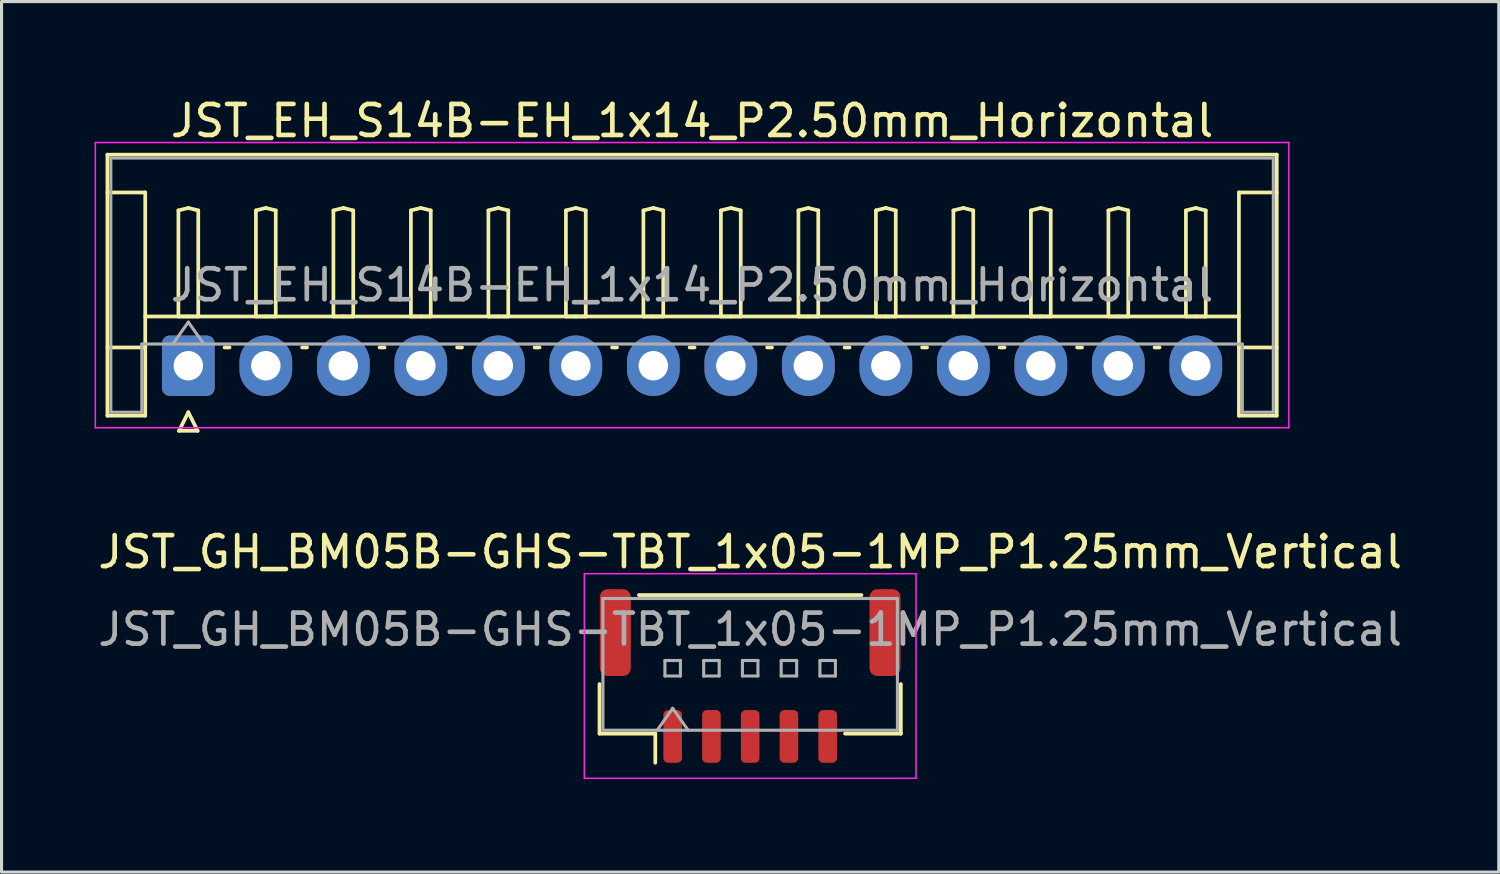
<source format=kicad_pcb>
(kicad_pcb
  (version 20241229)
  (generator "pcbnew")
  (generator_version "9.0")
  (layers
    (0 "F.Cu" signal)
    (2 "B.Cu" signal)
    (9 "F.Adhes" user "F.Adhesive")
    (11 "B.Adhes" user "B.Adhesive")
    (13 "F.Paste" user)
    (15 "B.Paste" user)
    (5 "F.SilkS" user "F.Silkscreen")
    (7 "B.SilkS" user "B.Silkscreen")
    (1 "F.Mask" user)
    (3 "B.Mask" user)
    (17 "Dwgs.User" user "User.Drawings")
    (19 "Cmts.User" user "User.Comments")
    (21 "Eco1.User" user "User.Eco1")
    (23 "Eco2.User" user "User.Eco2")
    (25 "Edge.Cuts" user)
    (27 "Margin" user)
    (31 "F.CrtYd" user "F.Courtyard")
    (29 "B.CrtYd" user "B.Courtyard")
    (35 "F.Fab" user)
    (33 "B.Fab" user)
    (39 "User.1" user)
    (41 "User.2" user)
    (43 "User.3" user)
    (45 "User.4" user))
  (footprint "JST_EH_S14B-EH_1x14_P2.50mm_Horizontal"
    (layer "F.Cu")
    (at 3.025 8.748)
    (property "Reference" "JST_EH_S14B-EH_1x14_P2.50mm_Horizontal" (at 16.25 -7.9 0) (layer "F.SilkS") (effects (font (size 1 1) (thickness 0.15))))
    (attr through_hole)
    (fp_line (start -2.61 -6.81) (end 35.11 -6.81) (stroke (width 0.12) (type solid)) (layer "F.SilkS"))
    (fp_line (start -2.61 -5.59) (end -1.39 -5.59) (stroke (width 0.12) (type solid)) (layer "F.SilkS"))
    (fp_line (start -2.61 1.61) (end -2.61 -6.81) (stroke (width 0.12) (type solid)) (layer "F.SilkS"))
    (fp_line (start -1.39 -5.59) (end -1.39 -0.59) (stroke (width 0.12) (type solid)) (layer "F.SilkS"))
    (fp_line (start -1.39 -1.59) (end 33.89 -1.59) (stroke (width 0.12) (type solid)) (layer "F.SilkS"))
    (fp_line (start -1.39 -0.59) (end -2.61 -0.59) (stroke (width 0.12) (type solid)) (layer "F.SilkS"))
    (fp_line (start -1.39 -0.59) (end -1.39 1.61) (stroke (width 0.12) (type solid)) (layer "F.SilkS"))
    (fp_line (start -1.39 1.61) (end -2.61 1.61) (stroke (width 0.12) (type solid)) (layer "F.SilkS"))
    (fp_line (start -0.32 -5.01) (end 0 -5.09) (stroke (width 0.12) (type solid)) (layer "F.SilkS"))
    (fp_line (start -0.32 -1.59) (end -0.32 -5.01) (stroke (width 0.12) (type solid)) (layer "F.SilkS"))
    (fp_line (start -0.3 2.1) (end 0.3 2.1) (stroke (width 0.12) (type solid)) (layer "F.SilkS"))
    (fp_line (start 0 -5.09) (end 0.32 -5.01) (stroke (width 0.12) (type solid)) (layer "F.SilkS"))
    (fp_line (start 0 -1.59) (end -0.32 -1.59) (stroke (width 0.12) (type solid)) (layer "F.SilkS"))
    (fp_line (start 0 1.5) (end -0.3 2.1) (stroke (width 0.12) (type solid)) (layer "F.SilkS"))
    (fp_line (start 0.3 2.1) (end 0 1.5) (stroke (width 0.12) (type solid)) (layer "F.SilkS"))
    (fp_line (start 0.32 -5.01) (end 0.32 -1.59) (stroke (width 0.12) (type solid)) (layer "F.SilkS"))
    (fp_line (start 0.32 -1.59) (end 0 -1.59) (stroke (width 0.12) (type solid)) (layer "F.SilkS"))
    (fp_line (start 1.17 -0.59) (end 1.33 -0.59) (stroke (width 0.12) (type solid)) (layer "F.SilkS"))
    (fp_line (start 2.18 -5.01) (end 2.5 -5.09) (stroke (width 0.12) (type solid)) (layer "F.SilkS"))
    (fp_line (start 2.18 -1.59) (end 2.18 -5.01) (stroke (width 0.12) (type solid)) (layer "F.SilkS"))
    (fp_line (start 2.5 -5.09) (end 2.82 -5.01) (stroke (width 0.12) (type solid)) (layer "F.SilkS"))
    (fp_line (start 2.5 -1.59) (end 2.18 -1.59) (stroke (width 0.12) (type solid)) (layer "F.SilkS"))
    (fp_line (start 2.82 -5.01) (end 2.82 -1.59) (stroke (width 0.12) (type solid)) (layer "F.SilkS"))
    (fp_line (start 2.82 -1.59) (end 2.5 -1.59) (stroke (width 0.12) (type solid)) (layer "F.SilkS"))
    (fp_line (start 3.67 -0.59) (end 3.83 -0.59) (stroke (width 0.12) (type solid)) (layer "F.SilkS"))
    (fp_line (start 4.68 -5.01) (end 5 -5.09) (stroke (width 0.12) (type solid)) (layer "F.SilkS"))
    (fp_line (start 4.68 -1.59) (end 4.68 -5.01) (stroke (width 0.12) (type solid)) (layer "F.SilkS"))
    (fp_line (start 5 -5.09) (end 5.32 -5.01) (stroke (width 0.12) (type solid)) (layer "F.SilkS"))
    (fp_line (start 5 -1.59) (end 4.68 -1.59) (stroke (width 0.12) (type solid)) (layer "F.SilkS"))
    (fp_line (start 5.32 -5.01) (end 5.32 -1.59) (stroke (width 0.12) (type solid)) (layer "F.SilkS"))
    (fp_line (start 5.32 -1.59) (end 5 -1.59) (stroke (width 0.12) (type solid)) (layer "F.SilkS"))
    (fp_line (start 6.17 -0.59) (end 6.33 -0.59) (stroke (width 0.12) (type solid)) (layer "F.SilkS"))
    (fp_line (start 7.18 -5.01) (end 7.5 -5.09) (stroke (width 0.12) (type solid)) (layer "F.SilkS"))
    (fp_line (start 7.18 -1.59) (end 7.18 -5.01) (stroke (width 0.12) (type solid)) (layer "F.SilkS"))
    (fp_line (start 7.5 -5.09) (end 7.82 -5.01) (stroke (width 0.12) (type solid)) (layer "F.SilkS"))
    (fp_line (start 7.5 -1.59) (end 7.18 -1.59) (stroke (width 0.12) (type solid)) (layer "F.SilkS"))
    (fp_line (start 7.82 -5.01) (end 7.82 -1.59) (stroke (width 0.12) (type solid)) (layer "F.SilkS"))
    (fp_line (start 7.82 -1.59) (end 7.5 -1.59) (stroke (width 0.12) (type solid)) (layer "F.SilkS"))
    (fp_line (start 8.67 -0.59) (end 8.83 -0.59) (stroke (width 0.12) (type solid)) (layer "F.SilkS"))
    (fp_line (start 9.68 -5.01) (end 10 -5.09) (stroke (width 0.12) (type solid)) (layer "F.SilkS"))
    (fp_line (start 9.68 -1.59) (end 9.68 -5.01) (stroke (width 0.12) (type solid)) (layer "F.SilkS"))
    (fp_line (start 10 -5.09) (end 10.32 -5.01) (stroke (width 0.12) (type solid)) (layer "F.SilkS"))
    (fp_line (start 10 -1.59) (end 9.68 -1.59) (stroke (width 0.12) (type solid)) (layer "F.SilkS"))
    (fp_line (start 10.32 -5.01) (end 10.32 -1.59) (stroke (width 0.12) (type solid)) (layer "F.SilkS"))
    (fp_line (start 10.32 -1.59) (end 10 -1.59) (stroke (width 0.12) (type solid)) (layer "F.SilkS"))
    (fp_line (start 11.17 -0.59) (end 11.33 -0.59) (stroke (width 0.12) (type solid)) (layer "F.SilkS"))
    (fp_line (start 12.18 -5.01) (end 12.5 -5.09) (stroke (width 0.12) (type solid)) (layer "F.SilkS"))
    (fp_line (start 12.18 -1.59) (end 12.18 -5.01) (stroke (width 0.12) (type solid)) (layer "F.SilkS"))
    (fp_line (start 12.5 -5.09) (end 12.82 -5.01) (stroke (width 0.12) (type solid)) (layer "F.SilkS"))
    (fp_line (start 12.5 -1.59) (end 12.18 -1.59) (stroke (width 0.12) (type solid)) (layer "F.SilkS"))
    (fp_line (start 12.82 -5.01) (end 12.82 -1.59) (stroke (width 0.12) (type solid)) (layer "F.SilkS"))
    (fp_line (start 12.82 -1.59) (end 12.5 -1.59) (stroke (width 0.12) (type solid)) (layer "F.SilkS"))
    (fp_line (start 13.67 -0.59) (end 13.83 -0.59) (stroke (width 0.12) (type solid)) (layer "F.SilkS"))
    (fp_line (start 14.68 -5.01) (end 15 -5.09) (stroke (width 0.12) (type solid)) (layer "F.SilkS"))
    (fp_line (start 14.68 -1.59) (end 14.68 -5.01) (stroke (width 0.12) (type solid)) (layer "F.SilkS"))
    (fp_line (start 15 -5.09) (end 15.32 -5.01) (stroke (width 0.12) (type solid)) (layer "F.SilkS"))
    (fp_line (start 15 -1.59) (end 14.68 -1.59) (stroke (width 0.12) (type solid)) (layer "F.SilkS"))
    (fp_line (start 15.32 -5.01) (end 15.32 -1.59) (stroke (width 0.12) (type solid)) (layer "F.SilkS"))
    (fp_line (start 15.32 -1.59) (end 15 -1.59) (stroke (width 0.12) (type solid)) (layer "F.SilkS"))
    (fp_line (start 16.17 -0.59) (end 16.33 -0.59) (stroke (width 0.12) (type solid)) (layer "F.SilkS"))
    (fp_line (start 17.18 -5.01) (end 17.5 -5.09) (stroke (width 0.12) (type solid)) (layer "F.SilkS"))
    (fp_line (start 17.18 -1.59) (end 17.18 -5.01) (stroke (width 0.12) (type solid)) (layer "F.SilkS"))
    (fp_line (start 17.5 -5.09) (end 17.82 -5.01) (stroke (width 0.12) (type solid)) (layer "F.SilkS"))
    (fp_line (start 17.5 -1.59) (end 17.18 -1.59) (stroke (width 0.12) (type solid)) (layer "F.SilkS"))
    (fp_line (start 17.82 -5.01) (end 17.82 -1.59) (stroke (width 0.12) (type solid)) (layer "F.SilkS"))
    (fp_line (start 17.82 -1.59) (end 17.5 -1.59) (stroke (width 0.12) (type solid)) (layer "F.SilkS"))
    (fp_line (start 18.67 -0.59) (end 18.83 -0.59) (stroke (width 0.12) (type solid)) (layer "F.SilkS"))
    (fp_line (start 19.68 -5.01) (end 20 -5.09) (stroke (width 0.12) (type solid)) (layer "F.SilkS"))
    (fp_line (start 19.68 -1.59) (end 19.68 -5.01) (stroke (width 0.12) (type solid)) (layer "F.SilkS"))
    (fp_line (start 20 -5.09) (end 20.32 -5.01) (stroke (width 0.12) (type solid)) (layer "F.SilkS"))
    (fp_line (start 20 -1.59) (end 19.68 -1.59) (stroke (width 0.12) (type solid)) (layer "F.SilkS"))
    (fp_line (start 20.32 -5.01) (end 20.32 -1.59) (stroke (width 0.12) (type solid)) (layer "F.SilkS"))
    (fp_line (start 20.32 -1.59) (end 20 -1.59) (stroke (width 0.12) (type solid)) (layer "F.SilkS"))
    (fp_line (start 21.17 -0.59) (end 21.33 -0.59) (stroke (width 0.12) (type solid)) (layer "F.SilkS"))
    (fp_line (start 22.18 -5.01) (end 22.5 -5.09) (stroke (width 0.12) (type solid)) (layer "F.SilkS"))
    (fp_line (start 22.18 -1.59) (end 22.18 -5.01) (stroke (width 0.12) (type solid)) (layer "F.SilkS"))
    (fp_line (start 22.5 -5.09) (end 22.82 -5.01) (stroke (width 0.12) (type solid)) (layer "F.SilkS"))
    (fp_line (start 22.5 -1.59) (end 22.18 -1.59) (stroke (width 0.12) (type solid)) (layer "F.SilkS"))
    (fp_line (start 22.82 -5.01) (end 22.82 -1.59) (stroke (width 0.12) (type solid)) (layer "F.SilkS"))
    (fp_line (start 22.82 -1.59) (end 22.5 -1.59) (stroke (width 0.12) (type solid)) (layer "F.SilkS"))
    (fp_line (start 23.67 -0.59) (end 23.83 -0.59) (stroke (width 0.12) (type solid)) (layer "F.SilkS"))
    (fp_line (start 24.68 -5.01) (end 25 -5.09) (stroke (width 0.12) (type solid)) (layer "F.SilkS"))
    (fp_line (start 24.68 -1.59) (end 24.68 -5.01) (stroke (width 0.12) (type solid)) (layer "F.SilkS"))
    (fp_line (start 25 -5.09) (end 25.32 -5.01) (stroke (width 0.12) (type solid)) (layer "F.SilkS"))
    (fp_line (start 25 -1.59) (end 24.68 -1.59) (stroke (width 0.12) (type solid)) (layer "F.SilkS"))
    (fp_line (start 25.32 -5.01) (end 25.32 -1.59) (stroke (width 0.12) (type solid)) (layer "F.SilkS"))
    (fp_line (start 25.32 -1.59) (end 25 -1.59) (stroke (width 0.12) (type solid)) (layer "F.SilkS"))
    (fp_line (start 26.17 -0.59) (end 26.33 -0.59) (stroke (width 0.12) (type solid)) (layer "F.SilkS"))
    (fp_line (start 27.18 -5.01) (end 27.5 -5.09) (stroke (width 0.12) (type solid)) (layer "F.SilkS"))
    (fp_line (start 27.18 -1.59) (end 27.18 -5.01) (stroke (width 0.12) (type solid)) (layer "F.SilkS"))
    (fp_line (start 27.5 -5.09) (end 27.82 -5.01) (stroke (width 0.12) (type solid)) (layer "F.SilkS"))
    (fp_line (start 27.5 -1.59) (end 27.18 -1.59) (stroke (width 0.12) (type solid)) (layer "F.SilkS"))
    (fp_line (start 27.82 -5.01) (end 27.82 -1.59) (stroke (width 0.12) (type solid)) (layer "F.SilkS"))
    (fp_line (start 27.82 -1.59) (end 27.5 -1.59) (stroke (width 0.12) (type solid)) (layer "F.SilkS"))
    (fp_line (start 28.67 -0.59) (end 28.83 -0.59) (stroke (width 0.12) (type solid)) (layer "F.SilkS"))
    (fp_line (start 29.68 -5.01) (end 30 -5.09) (stroke (width 0.12) (type solid)) (layer "F.SilkS"))
    (fp_line (start 29.68 -1.59) (end 29.68 -5.01) (stroke (width 0.12) (type solid)) (layer "F.SilkS"))
    (fp_line (start 30 -5.09) (end 30.32 -5.01) (stroke (width 0.12) (type solid)) (layer "F.SilkS"))
    (fp_line (start 30 -1.59) (end 29.68 -1.59) (stroke (width 0.12) (type solid)) (layer "F.SilkS"))
    (fp_line (start 30.32 -5.01) (end 30.32 -1.59) (stroke (width 0.12) (type solid)) (layer "F.SilkS"))
    (fp_line (start 30.32 -1.59) (end 30 -1.59) (stroke (width 0.12) (type solid)) (layer "F.SilkS"))
    (fp_line (start 31.17 -0.59) (end 31.33 -0.59) (stroke (width 0.12) (type solid)) (layer "F.SilkS"))
    (fp_line (start 32.18 -5.01) (end 32.5 -5.09) (stroke (width 0.12) (type solid)) (layer "F.SilkS"))
    (fp_line (start 32.18 -1.59) (end 32.18 -5.01) (stroke (width 0.12) (type solid)) (layer "F.SilkS"))
    (fp_line (start 32.5 -5.09) (end 32.82 -5.01) (stroke (width 0.12) (type solid)) (layer "F.SilkS"))
    (fp_line (start 32.5 -1.59) (end 32.18 -1.59) (stroke (width 0.12) (type solid)) (layer "F.SilkS"))
    (fp_line (start 32.82 -5.01) (end 32.82 -1.59) (stroke (width 0.12) (type solid)) (layer "F.SilkS"))
    (fp_line (start 32.82 -1.59) (end 32.5 -1.59) (stroke (width 0.12) (type solid)) (layer "F.SilkS"))
    (fp_line (start 33.89 -5.59) (end 33.89 -0.59) (stroke (width 0.12) (type solid)) (layer "F.SilkS"))
    (fp_line (start 33.89 -0.59) (end 35.11 -0.59) (stroke (width 0.12) (type solid)) (layer "F.SilkS"))
    (fp_line (start 33.89 1.61) (end 33.89 -0.59) (stroke (width 0.12) (type solid)) (layer "F.SilkS"))
    (fp_line (start 35.11 -6.81) (end 35.11 1.61) (stroke (width 0.12) (type solid)) (layer "F.SilkS"))
    (fp_line (start 35.11 -5.59) (end 33.89 -5.59) (stroke (width 0.12) (type solid)) (layer "F.SilkS"))
    (fp_line (start 35.11 1.61) (end 33.89 1.61) (stroke (width 0.12) (type solid)) (layer "F.SilkS"))
    (fp_line (start -3 -7.2) (end -3 2) (stroke (width 0.05) (type solid)) (layer "F.CrtYd"))
    (fp_line (start -3 2) (end 35.5 2) (stroke (width 0.05) (type solid)) (layer "F.CrtYd"))
    (fp_line (start 35.5 -7.2) (end -3 -7.2) (stroke (width 0.05) (type solid)) (layer "F.CrtYd"))
    (fp_line (start 35.5 2) (end 35.5 -7.2) (stroke (width 0.05) (type solid)) (layer "F.CrtYd"))
    (fp_line (start -2.5 -6.7) (end 35 -6.7) (stroke (width 0.1) (type solid)) (layer "F.Fab"))
    (fp_line (start -2.5 1.5) (end -2.5 -6.7) (stroke (width 0.1) (type solid)) (layer "F.Fab"))
    (fp_line (start -1.5 -0.7) (end -1.5 1.5) (stroke (width 0.1) (type solid)) (layer "F.Fab"))
    (fp_line (start -1.5 1.5) (end -2.5 1.5) (stroke (width 0.1) (type solid)) (layer "F.Fab"))
    (fp_line (start -0.5 -0.7) (end 0 -1.407) (stroke (width 0.1) (type solid)) (layer "F.Fab"))
    (fp_line (start 0 -1.407) (end 0.5 -0.7) (stroke (width 0.1) (type solid)) (layer "F.Fab"))
    (fp_line (start 34 -0.7) (end -1.5 -0.7) (stroke (width 0.1) (type solid)) (layer "F.Fab"))
    (fp_line (start 34 1.5) (end 34 -0.7) (stroke (width 0.1) (type solid)) (layer "F.Fab"))
    (fp_line (start 35 -6.7) (end 35 1.5) (stroke (width 0.1) (type solid)) (layer "F.Fab"))
    (fp_line (start 35 1.5) (end 34 1.5) (stroke (width 0.1) (type solid)) (layer "F.Fab"))
    (fp_text user "${REFERENCE}" (at 16.25 -2.6 0) (layer "F.Fab") (effects (font (size 1 1) (thickness 0.15))))
    (pad "1" thru_hole roundrect (at 0 0) (size 1.7 1.95) (drill 0.95) (layers "*.Cu" "*.Mask") (roundrect_rratio 0.147))
    (pad "2" thru_hole oval (at 2.5 0) (size 1.7 1.95) (drill 0.95) (layers "*.Cu" "*.Mask"))
    (pad "3" thru_hole oval (at 5 0) (size 1.7 1.95) (drill 0.95) (layers "*.Cu" "*.Mask"))
    (pad "4" thru_hole oval (at 7.5 0) (size 1.7 1.95) (drill 0.95) (layers "*.Cu" "*.Mask"))
    (pad "5" thru_hole oval (at 10 0) (size 1.7 1.95) (drill 0.95) (layers "*.Cu" "*.Mask"))
    (pad "6" thru_hole oval (at 12.5 0) (size 1.7 1.95) (drill 0.95) (layers "*.Cu" "*.Mask"))
    (pad "7" thru_hole oval (at 15 0) (size 1.7 1.95) (drill 0.95) (layers "*.Cu" "*.Mask"))
    (pad "8" thru_hole oval (at 17.5 0) (size 1.7 1.95) (drill 0.95) (layers "*.Cu" "*.Mask"))
    (pad "9" thru_hole oval (at 20 0) (size 1.7 1.95) (drill 0.95) (layers "*.Cu" "*.Mask"))
    (pad "10" thru_hole oval (at 22.5 0) (size 1.7 1.95) (drill 0.95) (layers "*.Cu" "*.Mask"))
    (pad "11" thru_hole oval (at 25 0) (size 1.7 1.95) (drill 0.95) (layers "*.Cu" "*.Mask"))
    (pad "12" thru_hole oval (at 27.5 0) (size 1.7 1.95) (drill 0.95) (layers "*.Cu" "*.Mask"))
    (pad "13" thru_hole oval (at 30 0) (size 1.7 1.95) (drill 0.95) (layers "*.Cu" "*.Mask"))
    (pad "14" thru_hole oval (at 32.5 0) (size 1.7 1.95) (drill 0.95) (layers "*.Cu" "*.Mask")))
  (footprint "JST_GH_BM05B-GHS-TBT_1x05-1MP_P1.25mm_Vertical"
    (layer "F.Cu")
    (at 21.149 18.756)
    (property "Reference" "JST_GH_BM05B-GHS-TBT_1x05-1MP_P1.25mm_Vertical" (at 0 -4 0) (layer "F.SilkS") (effects (font (size 1 1) (thickness 0.15))))
    (attr smd)
    (fp_line (start -4.86 0.26) (end -4.86 1.86) (stroke (width 0.12) (type solid)) (layer "F.SilkS"))
    (fp_line (start -4.86 1.86) (end -3.06 1.86) (stroke (width 0.12) (type solid)) (layer "F.SilkS"))
    (fp_line (start -3.59 -2.61) (end 3.59 -2.61) (stroke (width 0.12) (type solid)) (layer "F.SilkS"))
    (fp_line (start -3.06 1.86) (end -3.06 2.8) (stroke (width 0.12) (type solid)) (layer "F.SilkS"))
    (fp_line (start 4.86 0.26) (end 4.86 1.86) (stroke (width 0.12) (type solid)) (layer "F.SilkS"))
    (fp_line (start 4.86 1.86) (end 3.06 1.86) (stroke (width 0.12) (type solid)) (layer "F.SilkS"))
    (fp_line (start -5.35 -3.3) (end -5.35 3.3) (stroke (width 0.05) (type solid)) (layer "F.CrtYd"))
    (fp_line (start -5.35 3.3) (end 5.35 3.3) (stroke (width 0.05) (type solid)) (layer "F.CrtYd"))
    (fp_line (start 5.35 -3.3) (end -5.35 -3.3) (stroke (width 0.05) (type solid)) (layer "F.CrtYd"))
    (fp_line (start 5.35 3.3) (end 5.35 -3.3) (stroke (width 0.05) (type solid)) (layer "F.CrtYd"))
    (fp_line (start -4.75 -2.5) (end 4.75 -2.5) (stroke (width 0.1) (type solid)) (layer "F.Fab"))
    (fp_line (start -4.75 1.75) (end -4.75 -2.5) (stroke (width 0.1) (type solid)) (layer "F.Fab"))
    (fp_line (start -4.75 1.75) (end 4.75 1.75) (stroke (width 0.1) (type solid)) (layer "F.Fab"))
    (fp_line (start -3 1.75) (end -2.5 1.043) (stroke (width 0.1) (type solid)) (layer "F.Fab"))
    (fp_line (start -2.75 -0.5) (end -2.75 0) (stroke (width 0.1) (type solid)) (layer "F.Fab"))
    (fp_line (start -2.75 0) (end -2.25 0) (stroke (width 0.1) (type solid)) (layer "F.Fab"))
    (fp_line (start -2.5 1.043) (end -2 1.75) (stroke (width 0.1) (type solid)) (layer "F.Fab"))
    (fp_line (start -2.25 -0.5) (end -2.75 -0.5) (stroke (width 0.1) (type solid)) (layer "F.Fab"))
    (fp_line (start -2.25 0) (end -2.25 -0.5) (stroke (width 0.1) (type solid)) (layer "F.Fab"))
    (fp_line (start -1.5 -0.5) (end -1.5 0) (stroke (width 0.1) (type solid)) (layer "F.Fab"))
    (fp_line (start -1.5 0) (end -1 0) (stroke (width 0.1) (type solid)) (layer "F.Fab"))
    (fp_line (start -1 -0.5) (end -1.5 -0.5) (stroke (width 0.1) (type solid)) (layer "F.Fab"))
    (fp_line (start -1 0) (end -1 -0.5) (stroke (width 0.1) (type solid)) (layer "F.Fab"))
    (fp_line (start -0.25 -0.5) (end -0.25 0) (stroke (width 0.1) (type solid)) (layer "F.Fab"))
    (fp_line (start -0.25 0) (end 0.25 0) (stroke (width 0.1) (type solid)) (layer "F.Fab"))
    (fp_line (start 0.25 -0.5) (end -0.25 -0.5) (stroke (width 0.1) (type solid)) (layer "F.Fab"))
    (fp_line (start 0.25 0) (end 0.25 -0.5) (stroke (width 0.1) (type solid)) (layer "F.Fab"))
    (fp_line (start 1 -0.5) (end 1 0) (stroke (width 0.1) (type solid)) (layer "F.Fab"))
    (fp_line (start 1 0) (end 1.5 0) (stroke (width 0.1) (type solid)) (layer "F.Fab"))
    (fp_line (start 1.5 -0.5) (end 1 -0.5) (stroke (width 0.1) (type solid)) (layer "F.Fab"))
    (fp_line (start 1.5 0) (end 1.5 -0.5) (stroke (width 0.1) (type solid)) (layer "F.Fab"))
    (fp_line (start 2.25 -0.5) (end 2.25 0) (stroke (width 0.1) (type solid)) (layer "F.Fab"))
    (fp_line (start 2.25 0) (end 2.75 0) (stroke (width 0.1) (type solid)) (layer "F.Fab"))
    (fp_line (start 2.75 -0.5) (end 2.25 -0.5) (stroke (width 0.1) (type solid)) (layer "F.Fab"))
    (fp_line (start 2.75 0) (end 2.75 -0.5) (stroke (width 0.1) (type solid)) (layer "F.Fab"))
    (fp_line (start 4.75 1.75) (end 4.75 -2.5) (stroke (width 0.1) (type solid)) (layer "F.Fab"))
    (fp_text user "${REFERENCE}" (at 0 -1.5 0) (layer "F.Fab") (effects (font (size 1 1) (thickness 0.15))))
    (pad "1" smd roundrect (at -2.5 1.95) (size 0.6 1.7) (layers "F.Cu" "F.Mask" "F.Paste") (roundrect_rratio 0.25))
    (pad "2" smd roundrect (at -1.25 1.95) (size 0.6 1.7) (layers "F.Cu" "F.Mask" "F.Paste") (roundrect_rratio 0.25))
    (pad "3" smd roundrect (at 0 1.95) (size 0.6 1.7) (layers "F.Cu" "F.Mask" "F.Paste") (roundrect_rratio 0.25))
    (pad "4" smd roundrect (at 1.25 1.95) (size 0.6 1.7) (layers "F.Cu" "F.Mask" "F.Paste") (roundrect_rratio 0.25))
    (pad "5" smd roundrect (at 2.5 1.95) (size 0.6 1.7) (layers "F.Cu" "F.Mask" "F.Paste") (roundrect_rratio 0.25))
    (pad "MP" smd roundrect (at -4.35 -1.4) (size 1 2.8) (layers "F.Cu" "F.Mask" "F.Paste") (roundrect_rratio 0.25))
    (pad "MP" smd roundrect (at 4.35 -1.4) (size 1 2.8) (layers "F.Cu" "F.Mask" "F.Paste") (roundrect_rratio 0.25)))
  (gr_rect
    (start -3 -3)
    (end 45.298 25.081)
    (stroke (width 0.1) (type default))
    (fill no)
    (layer "Edge.Cuts")))
</source>
